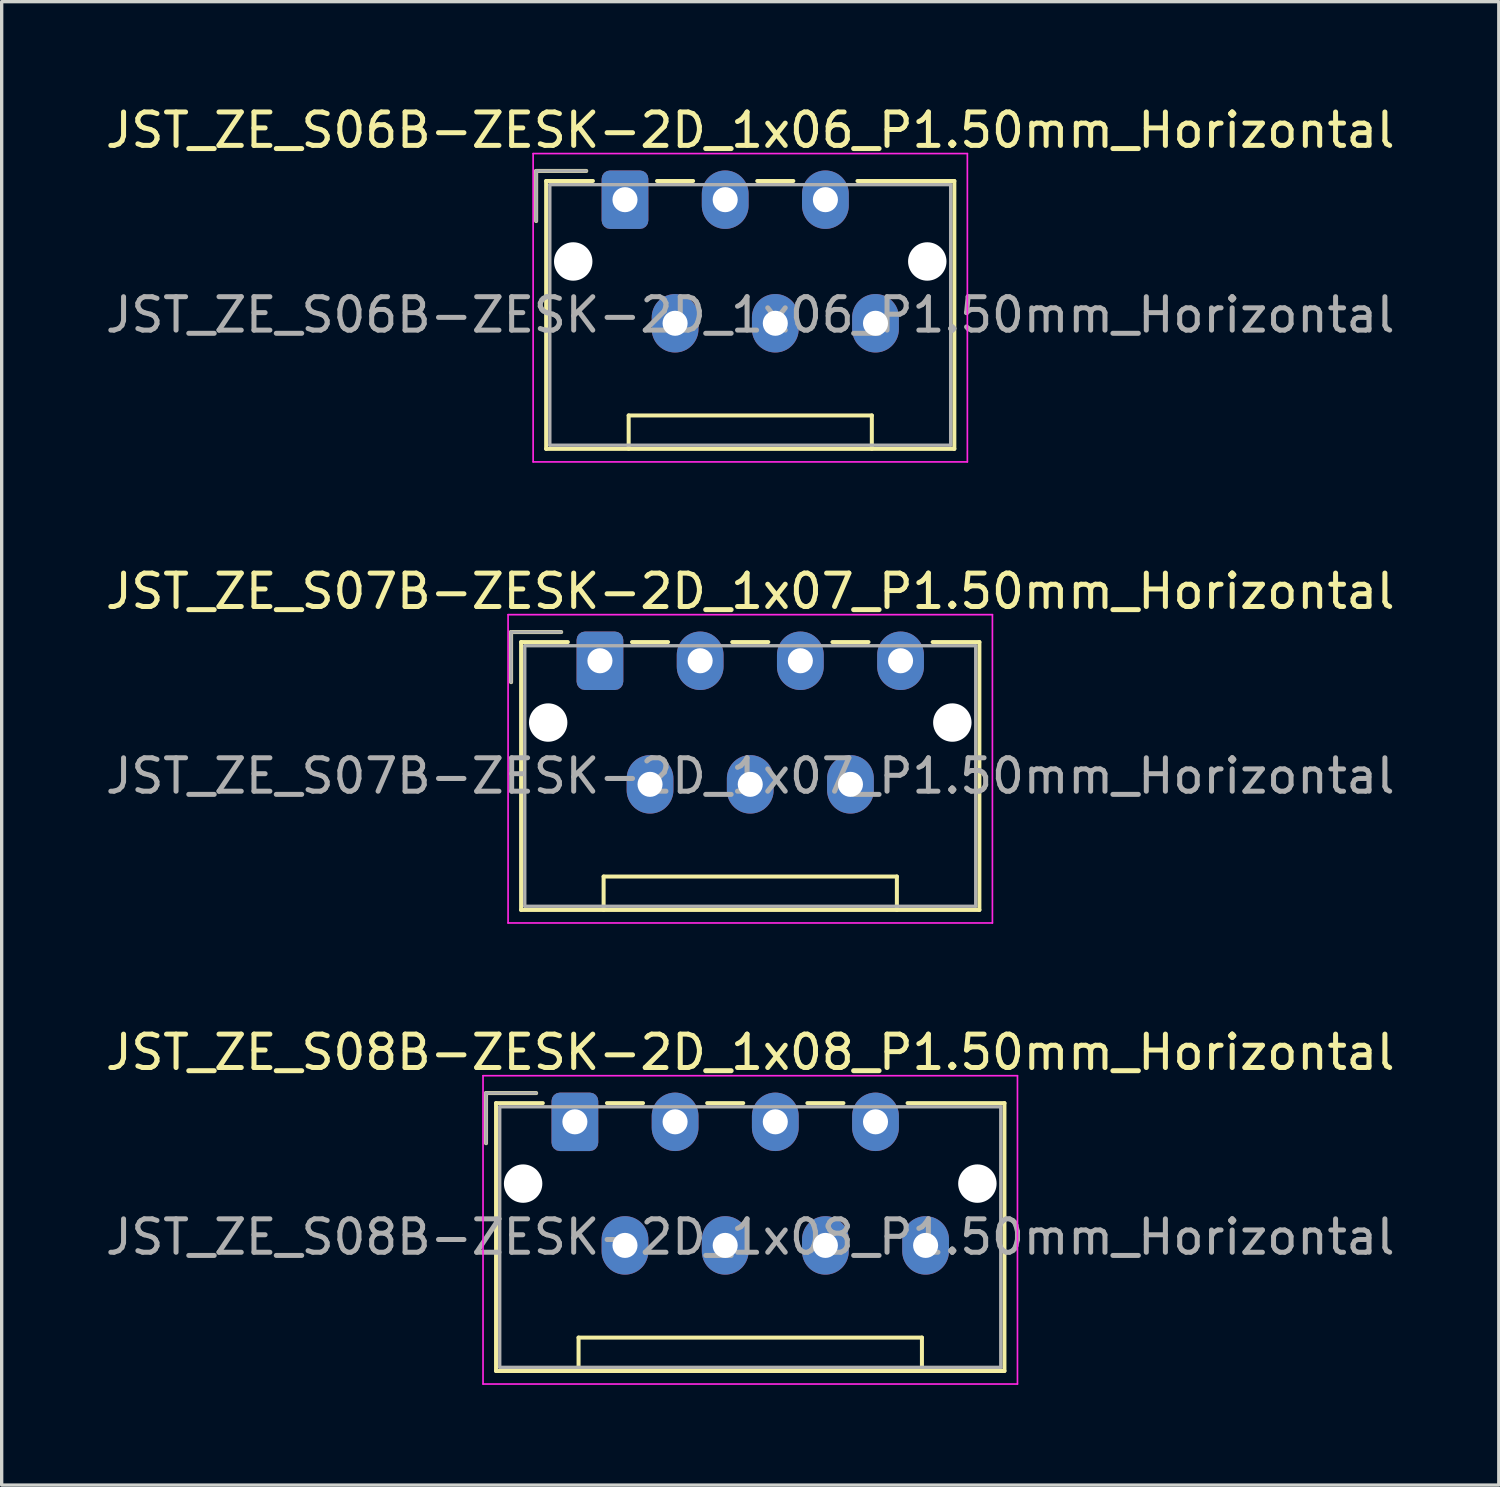
<source format=kicad_pcb>
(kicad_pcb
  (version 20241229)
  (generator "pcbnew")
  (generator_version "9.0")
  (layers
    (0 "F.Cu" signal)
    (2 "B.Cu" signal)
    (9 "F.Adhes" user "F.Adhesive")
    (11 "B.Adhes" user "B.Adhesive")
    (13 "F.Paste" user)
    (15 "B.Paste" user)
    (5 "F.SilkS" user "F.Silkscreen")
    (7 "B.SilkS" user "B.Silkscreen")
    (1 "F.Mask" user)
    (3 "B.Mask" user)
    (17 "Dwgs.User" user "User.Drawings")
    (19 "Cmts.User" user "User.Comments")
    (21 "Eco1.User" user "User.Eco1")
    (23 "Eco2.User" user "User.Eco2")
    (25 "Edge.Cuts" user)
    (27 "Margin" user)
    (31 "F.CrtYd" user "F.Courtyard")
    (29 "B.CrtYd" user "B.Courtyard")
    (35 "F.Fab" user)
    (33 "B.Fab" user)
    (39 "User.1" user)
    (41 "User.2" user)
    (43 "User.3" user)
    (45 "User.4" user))
  (footprint "JST_ZE_S08B-ZESK-2D_1x08_P1.50mm_Horizontal"
    (layer "F.Cu")
    (at 14.161 30.535)
    (property "Reference" "JST_ZE_S08B-ZESK-2D_1x08_P1.50mm_Horizontal" (at 5.25 -2.08 0) (layer "F.SilkS") (effects (font (size 1 1) (thickness 0.15))))
    (attr through_hole)
    (fp_line (start -2.66 -0.86) (end -1.16 -0.86) (stroke (width 0.12) (type solid)) (layer "F.SilkS"))
    (fp_line (start -2.66 0.64) (end -2.66 -0.86) (stroke (width 0.12) (type solid)) (layer "F.SilkS"))
    (fp_line (start -2.36 -0.56) (end -2.36 7.46) (stroke (width 0.12) (type solid)) (layer "F.SilkS"))
    (fp_line (start -2.36 7.46) (end 12.86 7.46) (stroke (width 0.12) (type solid)) (layer "F.SilkS"))
    (fp_line (start -0.96 -0.56) (end -2.36 -0.56) (stroke (width 0.12) (type solid)) (layer "F.SilkS"))
    (fp_line (start 0.11 6.46) (end 10.39 6.46) (stroke (width 0.12) (type solid)) (layer "F.SilkS"))
    (fp_line (start 0.11 7.46) (end 0.11 6.46) (stroke (width 0.12) (type solid)) (layer "F.SilkS"))
    (fp_line (start 0.96 -0.56) (end 2.04 -0.56) (stroke (width 0.12) (type solid)) (layer "F.SilkS"))
    (fp_line (start 3.96 -0.56) (end 5.04 -0.56) (stroke (width 0.12) (type solid)) (layer "F.SilkS"))
    (fp_line (start 6.96 -0.56) (end 8.04 -0.56) (stroke (width 0.12) (type solid)) (layer "F.SilkS"))
    (fp_line (start 10.39 6.46) (end 10.39 7.46) (stroke (width 0.12) (type solid)) (layer "F.SilkS"))
    (fp_line (start 12.86 -0.56) (end 9.96 -0.56) (stroke (width 0.12) (type solid)) (layer "F.SilkS"))
    (fp_line (start 12.86 7.46) (end 12.86 -0.56) (stroke (width 0.12) (type solid)) (layer "F.SilkS"))
    (fp_line (start -2.75 -1.38) (end -2.75 7.85) (stroke (width 0.05) (type solid)) (layer "F.CrtYd"))
    (fp_line (start -2.75 7.85) (end 13.25 7.85) (stroke (width 0.05) (type solid)) (layer "F.CrtYd"))
    (fp_line (start 13.25 -1.38) (end -2.75 -1.38) (stroke (width 0.05) (type solid)) (layer "F.CrtYd"))
    (fp_line (start 13.25 7.85) (end 13.25 -1.38) (stroke (width 0.05) (type solid)) (layer "F.CrtYd"))
    (fp_line (start -2.66 -0.86) (end -1.16 -0.86) (stroke (width 0.1) (type solid)) (layer "F.Fab"))
    (fp_line (start -2.66 0.64) (end -2.66 -0.86) (stroke (width 0.1) (type solid)) (layer "F.Fab"))
    (fp_line (start -2.25 -0.45) (end -2.25 7.35) (stroke (width 0.1) (type solid)) (layer "F.Fab"))
    (fp_line (start -2.25 7.35) (end 12.75 7.35) (stroke (width 0.1) (type solid)) (layer "F.Fab"))
    (fp_line (start 12.75 -0.45) (end -2.25 -0.45) (stroke (width 0.1) (type solid)) (layer "F.Fab"))
    (fp_line (start 12.75 7.35) (end 12.75 -0.45) (stroke (width 0.1) (type solid)) (layer "F.Fab"))
    (fp_text user "${REFERENCE}" (at 5.25 3.45 0) (layer "F.Fab") (effects (font (size 1 1) (thickness 0.15))))
    (pad "" np_thru_hole circle (at -1.55 1.85) (size 1.15 1.15) (drill 1.15) (layers "*.Cu" "*.Mask"))
    (pad "" np_thru_hole circle (at 12.05 1.85) (size 1.15 1.15) (drill 1.15) (layers "*.Cu" "*.Mask"))
    (pad "1" thru_hole roundrect (at 0 0) (size 1.4 1.75) (drill 0.75) (layers "*.Cu" "*.Mask") (roundrect_rratio 0.179))
    (pad "2" thru_hole oval (at 1.5 3.7) (size 1.4 1.75) (drill 0.75) (layers "*.Cu" "*.Mask"))
    (pad "3" thru_hole oval (at 3 0) (size 1.4 1.75) (drill 0.75) (layers "*.Cu" "*.Mask"))
    (pad "4" thru_hole oval (at 4.5 3.7) (size 1.4 1.75) (drill 0.75) (layers "*.Cu" "*.Mask"))
    (pad "5" thru_hole oval (at 6 0) (size 1.4 1.75) (drill 0.75) (layers "*.Cu" "*.Mask"))
    (pad "6" thru_hole oval (at 7.5 3.7) (size 1.4 1.75) (drill 0.75) (layers "*.Cu" "*.Mask"))
    (pad "7" thru_hole oval (at 9 0) (size 1.4 1.75) (drill 0.75) (layers "*.Cu" "*.Mask"))
    (pad "8" thru_hole oval (at 10.5 3.7) (size 1.4 1.75) (drill 0.75) (layers "*.Cu" "*.Mask")))
  (footprint "JST_ZE_S06B-ZESK-2D_1x06_P1.50mm_Horizontal"
    (layer "F.Cu")
    (at 15.661 2.928)
    (property "Reference" "JST_ZE_S06B-ZESK-2D_1x06_P1.50mm_Horizontal" (at 3.75 -2.08 0) (layer "F.SilkS") (effects (font (size 1 1) (thickness 0.15))))
    (attr through_hole)
    (fp_line (start -2.66 -0.86) (end -1.16 -0.86) (stroke (width 0.12) (type solid)) (layer "F.SilkS"))
    (fp_line (start -2.66 0.64) (end -2.66 -0.86) (stroke (width 0.12) (type solid)) (layer "F.SilkS"))
    (fp_line (start -2.36 -0.56) (end -2.36 7.46) (stroke (width 0.12) (type solid)) (layer "F.SilkS"))
    (fp_line (start -2.36 7.46) (end 9.86 7.46) (stroke (width 0.12) (type solid)) (layer "F.SilkS"))
    (fp_line (start -0.96 -0.56) (end -2.36 -0.56) (stroke (width 0.12) (type solid)) (layer "F.SilkS"))
    (fp_line (start 0.11 6.46) (end 7.39 6.46) (stroke (width 0.12) (type solid)) (layer "F.SilkS"))
    (fp_line (start 0.11 7.46) (end 0.11 6.46) (stroke (width 0.12) (type solid)) (layer "F.SilkS"))
    (fp_line (start 0.96 -0.56) (end 2.04 -0.56) (stroke (width 0.12) (type solid)) (layer "F.SilkS"))
    (fp_line (start 3.96 -0.56) (end 5.04 -0.56) (stroke (width 0.12) (type solid)) (layer "F.SilkS"))
    (fp_line (start 7.39 6.46) (end 7.39 7.46) (stroke (width 0.12) (type solid)) (layer "F.SilkS"))
    (fp_line (start 9.86 -0.56) (end 6.96 -0.56) (stroke (width 0.12) (type solid)) (layer "F.SilkS"))
    (fp_line (start 9.86 7.46) (end 9.86 -0.56) (stroke (width 0.12) (type solid)) (layer "F.SilkS"))
    (fp_line (start -2.75 -1.38) (end -2.75 7.85) (stroke (width 0.05) (type solid)) (layer "F.CrtYd"))
    (fp_line (start -2.75 7.85) (end 10.25 7.85) (stroke (width 0.05) (type solid)) (layer "F.CrtYd"))
    (fp_line (start 10.25 -1.38) (end -2.75 -1.38) (stroke (width 0.05) (type solid)) (layer "F.CrtYd"))
    (fp_line (start 10.25 7.85) (end 10.25 -1.38) (stroke (width 0.05) (type solid)) (layer "F.CrtYd"))
    (fp_line (start -2.66 -0.86) (end -1.16 -0.86) (stroke (width 0.1) (type solid)) (layer "F.Fab"))
    (fp_line (start -2.66 0.64) (end -2.66 -0.86) (stroke (width 0.1) (type solid)) (layer "F.Fab"))
    (fp_line (start -2.25 -0.45) (end -2.25 7.35) (stroke (width 0.1) (type solid)) (layer "F.Fab"))
    (fp_line (start -2.25 7.35) (end 9.75 7.35) (stroke (width 0.1) (type solid)) (layer "F.Fab"))
    (fp_line (start 9.75 -0.45) (end -2.25 -0.45) (stroke (width 0.1) (type solid)) (layer "F.Fab"))
    (fp_line (start 9.75 7.35) (end 9.75 -0.45) (stroke (width 0.1) (type solid)) (layer "F.Fab"))
    (fp_text user "${REFERENCE}" (at 3.75 3.45 0) (layer "F.Fab") (effects (font (size 1 1) (thickness 0.15))))
    (pad "" np_thru_hole circle (at -1.55 1.85) (size 1.15 1.15) (drill 1.15) (layers "*.Cu" "*.Mask"))
    (pad "" np_thru_hole circle (at 9.05 1.85) (size 1.15 1.15) (drill 1.15) (layers "*.Cu" "*.Mask"))
    (pad "1" thru_hole roundrect (at 0 0) (size 1.4 1.75) (drill 0.75) (layers "*.Cu" "*.Mask") (roundrect_rratio 0.179))
    (pad "2" thru_hole oval (at 1.5 3.7) (size 1.4 1.75) (drill 0.75) (layers "*.Cu" "*.Mask"))
    (pad "3" thru_hole oval (at 3 0) (size 1.4 1.75) (drill 0.75) (layers "*.Cu" "*.Mask"))
    (pad "4" thru_hole oval (at 4.5 3.7) (size 1.4 1.75) (drill 0.75) (layers "*.Cu" "*.Mask"))
    (pad "5" thru_hole oval (at 6 0) (size 1.4 1.75) (drill 0.75) (layers "*.Cu" "*.Mask"))
    (pad "6" thru_hole oval (at 7.5 3.7) (size 1.4 1.75) (drill 0.75) (layers "*.Cu" "*.Mask")))
  (footprint "JST_ZE_S07B-ZESK-2D_1x07_P1.50mm_Horizontal"
    (layer "F.Cu")
    (at 14.911 16.732)
    (property "Reference" "JST_ZE_S07B-ZESK-2D_1x07_P1.50mm_Horizontal" (at 4.5 -2.08 0) (layer "F.SilkS") (effects (font (size 1 1) (thickness 0.15))))
    (attr through_hole)
    (fp_line (start -2.66 -0.86) (end -1.16 -0.86) (stroke (width 0.12) (type solid)) (layer "F.SilkS"))
    (fp_line (start -2.66 0.64) (end -2.66 -0.86) (stroke (width 0.12) (type solid)) (layer "F.SilkS"))
    (fp_line (start -2.36 -0.56) (end -2.36 7.46) (stroke (width 0.12) (type solid)) (layer "F.SilkS"))
    (fp_line (start -2.36 7.46) (end 11.36 7.46) (stroke (width 0.12) (type solid)) (layer "F.SilkS"))
    (fp_line (start -0.96 -0.56) (end -2.36 -0.56) (stroke (width 0.12) (type solid)) (layer "F.SilkS"))
    (fp_line (start 0.11 6.46) (end 8.89 6.46) (stroke (width 0.12) (type solid)) (layer "F.SilkS"))
    (fp_line (start 0.11 7.46) (end 0.11 6.46) (stroke (width 0.12) (type solid)) (layer "F.SilkS"))
    (fp_line (start 0.96 -0.56) (end 2.04 -0.56) (stroke (width 0.12) (type solid)) (layer "F.SilkS"))
    (fp_line (start 3.96 -0.56) (end 5.04 -0.56) (stroke (width 0.12) (type solid)) (layer "F.SilkS"))
    (fp_line (start 6.96 -0.56) (end 8.04 -0.56) (stroke (width 0.12) (type solid)) (layer "F.SilkS"))
    (fp_line (start 8.89 6.46) (end 8.89 7.46) (stroke (width 0.12) (type solid)) (layer "F.SilkS"))
    (fp_line (start 11.36 -0.56) (end 9.96 -0.56) (stroke (width 0.12) (type solid)) (layer "F.SilkS"))
    (fp_line (start 11.36 7.46) (end 11.36 -0.56) (stroke (width 0.12) (type solid)) (layer "F.SilkS"))
    (fp_line (start -2.75 -1.38) (end -2.75 7.85) (stroke (width 0.05) (type solid)) (layer "F.CrtYd"))
    (fp_line (start -2.75 7.85) (end 11.75 7.85) (stroke (width 0.05) (type solid)) (layer "F.CrtYd"))
    (fp_line (start 11.75 -1.38) (end -2.75 -1.38) (stroke (width 0.05) (type solid)) (layer "F.CrtYd"))
    (fp_line (start 11.75 7.85) (end 11.75 -1.38) (stroke (width 0.05) (type solid)) (layer "F.CrtYd"))
    (fp_line (start -2.66 -0.86) (end -1.16 -0.86) (stroke (width 0.1) (type solid)) (layer "F.Fab"))
    (fp_line (start -2.66 0.64) (end -2.66 -0.86) (stroke (width 0.1) (type solid)) (layer "F.Fab"))
    (fp_line (start -2.25 -0.45) (end -2.25 7.35) (stroke (width 0.1) (type solid)) (layer "F.Fab"))
    (fp_line (start -2.25 7.35) (end 11.25 7.35) (stroke (width 0.1) (type solid)) (layer "F.Fab"))
    (fp_line (start 11.25 -0.45) (end -2.25 -0.45) (stroke (width 0.1) (type solid)) (layer "F.Fab"))
    (fp_line (start 11.25 7.35) (end 11.25 -0.45) (stroke (width 0.1) (type solid)) (layer "F.Fab"))
    (fp_text user "${REFERENCE}" (at 4.5 3.45 0) (layer "F.Fab") (effects (font (size 1 1) (thickness 0.15))))
    (pad "" np_thru_hole circle (at -1.55 1.85) (size 1.15 1.15) (drill 1.15) (layers "*.Cu" "*.Mask"))
    (pad "" np_thru_hole circle (at 10.55 1.85) (size 1.15 1.15) (drill 1.15) (layers "*.Cu" "*.Mask"))
    (pad "1" thru_hole roundrect (at 0 0) (size 1.4 1.75) (drill 0.75) (layers "*.Cu" "*.Mask") (roundrect_rratio 0.179))
    (pad "2" thru_hole oval (at 1.5 3.7) (size 1.4 1.75) (drill 0.75) (layers "*.Cu" "*.Mask"))
    (pad "3" thru_hole oval (at 3 0) (size 1.4 1.75) (drill 0.75) (layers "*.Cu" "*.Mask"))
    (pad "4" thru_hole oval (at 4.5 3.7) (size 1.4 1.75) (drill 0.75) (layers "*.Cu" "*.Mask"))
    (pad "5" thru_hole oval (at 6 0) (size 1.4 1.75) (drill 0.75) (layers "*.Cu" "*.Mask"))
    (pad "6" thru_hole oval (at 7.5 3.7) (size 1.4 1.75) (drill 0.75) (layers "*.Cu" "*.Mask"))
    (pad "7" thru_hole oval (at 9 0) (size 1.4 1.75) (drill 0.75) (layers "*.Cu" "*.Mask")))
  (gr_rect
    (start -3 -3)
    (end 41.821 41.41)
    (stroke (width 0.1) (type default))
    (fill no)
    (layer "Edge.Cuts")))
</source>
